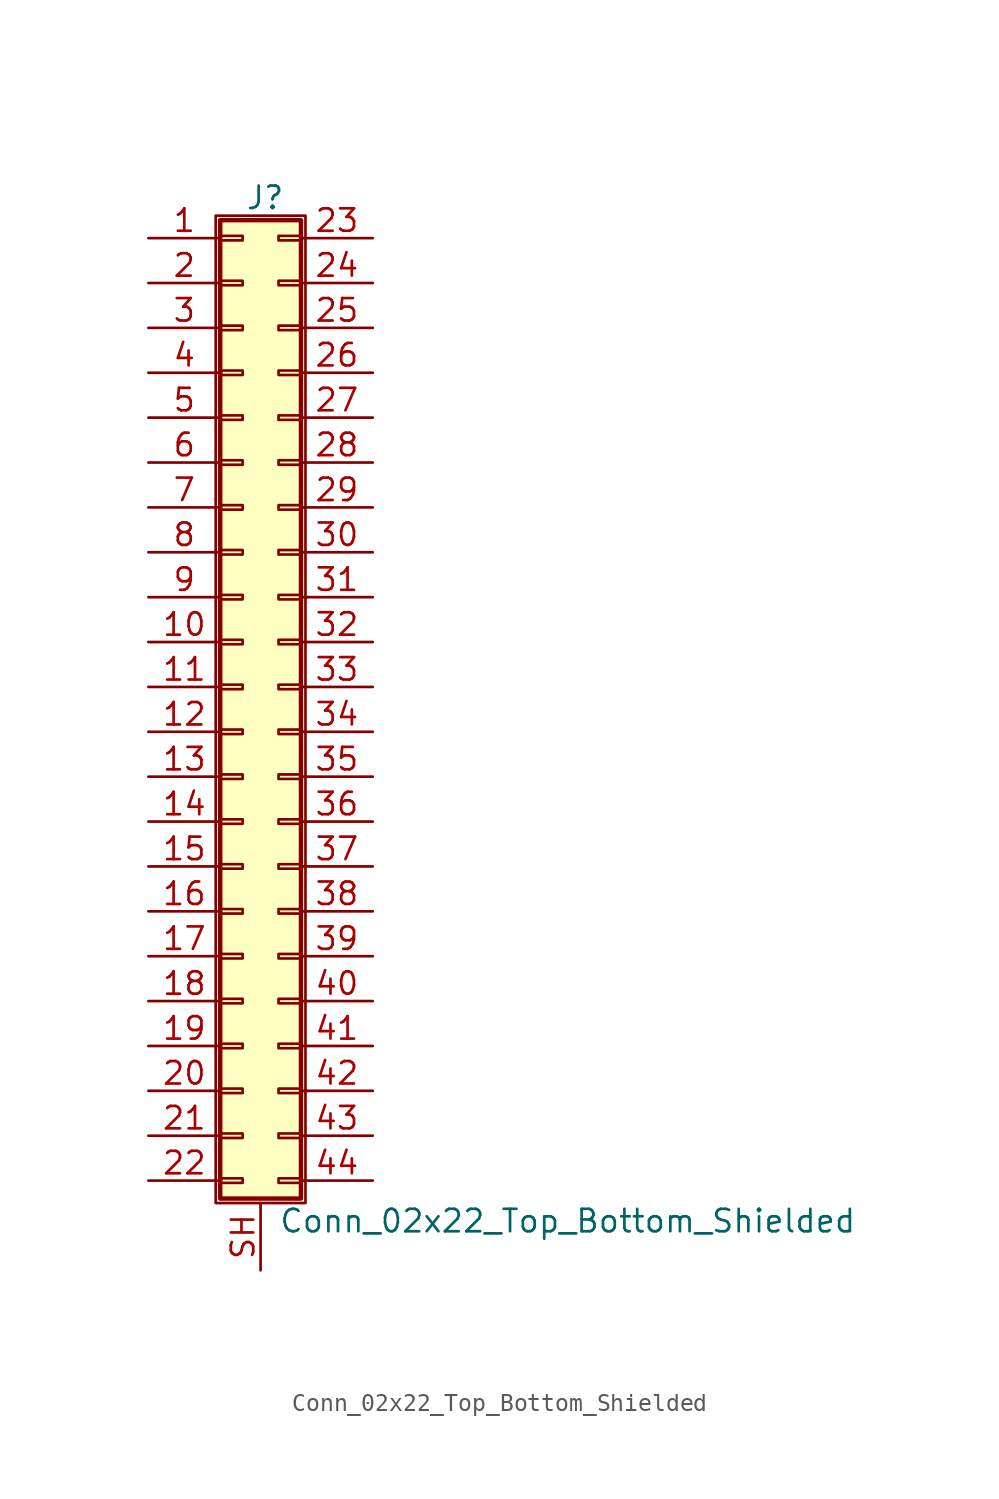
<source format=kicad_sym>
(kicad_symbol_lib
  (version 20201005)
  (generator kicad_symbol_editor)
  (symbol "Connector_Generic_Shielded:Conn_02x22_Top_Bottom_Shielded"
    (pin_names
      (offset 1.016) hide)
    (property "Reference" "J"
      (at 1.524 27.686 0)
      (effects (font (size 1.27 1.27))))
    (property "Value" "Conn_02x22_Top_Bottom_Shielded"
      (at 2.286 -30.226 0)
      (effects (font (size 1.27 1.27)) (justify left)))
    (symbol "Conn_02x22_Top_Bottom_Shielded_1_1"
      (rectangle (start -1.016 -27.813) (end 0.254 -28.067) (stroke (width 0.152)) (fill (type none)))
      (rectangle (start -1.016 -4.953) (end 0.254 -5.207) (stroke (width 0.152)) (fill (type none)))
      (rectangle (start -1.016 -7.493) (end 0.254 -7.747) (stroke (width 0.152)) (fill (type none)))
      (rectangle (start -1.016 -10.033) (end 0.254 -10.287) (stroke (width 0.152)) (fill (type none)))
      (rectangle (start -1.016 -12.573) (end 0.254 -12.827) (stroke (width 0.152)) (fill (type none)))
      (rectangle (start -1.016 -15.113) (end 0.254 -15.367) (stroke (width 0.152)) (fill (type none)))
      (rectangle (start -1.016 -17.653) (end 0.254 -17.907) (stroke (width 0.152)) (fill (type none)))
      (rectangle (start -1.016 -20.193) (end 0.254 -20.447) (stroke (width 0.152)) (fill (type none)))
      (rectangle (start -1.016 -22.733) (end 0.254 -22.987) (stroke (width 0.152)) (fill (type none)))
      (rectangle (start -1.016 -2.413) (end 0.254 -2.667) (stroke (width 0.152)) (fill (type none)))
      (rectangle (start -1.016 -25.273) (end 0.254 -25.527) (stroke (width 0.152)) (fill (type none)))
      (rectangle (start -1.016 25.527) (end 0.254 25.273) (stroke (width 0.152)) (fill (type none)))
      (rectangle (start -1.016 26.416) (end 3.556 -28.956) (stroke (width 0.254)) (fill (type background)))
      (rectangle (start -1.016 2.667) (end 0.254 2.413) (stroke (width 0.152)) (fill (type none)))
      (rectangle (start -1.016 5.207) (end 0.254 4.953) (stroke (width 0.152)) (fill (type none)))
      (rectangle (start -1.016 7.747) (end 0.254 7.493) (stroke (width 0.152)) (fill (type none)))
      (rectangle (start -1.016 10.287) (end 0.254 10.033) (stroke (width 0.152)) (fill (type none)))
      (rectangle (start -1.016 0.127) (end 0.254 -0.127) (stroke (width 0.152)) (fill (type none)))
      (rectangle (start -1.016 12.827) (end 0.254 12.573) (stroke (width 0.152)) (fill (type none)))
      (rectangle (start -1.016 15.367) (end 0.254 15.113) (stroke (width 0.152)) (fill (type none)))
      (rectangle (start -1.016 17.907) (end 0.254 17.653) (stroke (width 0.152)) (fill (type none)))
      (rectangle (start -1.016 20.447) (end 0.254 20.193) (stroke (width 0.152)) (fill (type none)))
      (rectangle (start -1.016 22.987) (end 0.254 22.733) (stroke (width 0.152)) (fill (type none)))
      (rectangle (start -1.27 26.67) (end 3.81 -29.21) (stroke (width 0.152)) (fill (type none)))
      (rectangle (start 3.556 -27.813) (end 2.286 -28.067) (stroke (width 0.152)) (fill (type none)))
      (rectangle (start 3.556 -4.953) (end 2.286 -5.207) (stroke (width 0.152)) (fill (type none)))
      (rectangle (start 3.556 -7.493) (end 2.286 -7.747) (stroke (width 0.152)) (fill (type none)))
      (rectangle (start 3.556 -10.033) (end 2.286 -10.287) (stroke (width 0.152)) (fill (type none)))
      (rectangle (start 3.556 -12.573) (end 2.286 -12.827) (stroke (width 0.152)) (fill (type none)))
      (rectangle (start 3.556 -15.113) (end 2.286 -15.367) (stroke (width 0.152)) (fill (type none)))
      (rectangle (start 3.556 -17.653) (end 2.286 -17.907) (stroke (width 0.152)) (fill (type none)))
      (rectangle (start 3.556 -20.193) (end 2.286 -20.447) (stroke (width 0.152)) (fill (type none)))
      (rectangle (start 3.556 -22.733) (end 2.286 -22.987) (stroke (width 0.152)) (fill (type none)))
      (rectangle (start 3.556 -2.413) (end 2.286 -2.667) (stroke (width 0.152)) (fill (type none)))
      (rectangle (start 3.556 -25.273) (end 2.286 -25.527) (stroke (width 0.152)) (fill (type none)))
      (rectangle (start 3.556 25.527) (end 2.286 25.273) (stroke (width 0.152)) (fill (type none)))
      (rectangle (start 3.556 2.667) (end 2.286 2.413) (stroke (width 0.152)) (fill (type none)))
      (rectangle (start 3.556 5.207) (end 2.286 4.953) (stroke (width 0.152)) (fill (type none)))
      (rectangle (start 3.556 7.747) (end 2.286 7.493) (stroke (width 0.152)) (fill (type none)))
      (rectangle (start 3.556 10.287) (end 2.286 10.033) (stroke (width 0.152)) (fill (type none)))
      (rectangle (start 3.556 0.127) (end 2.286 -0.127) (stroke (width 0.152)) (fill (type none)))
      (rectangle (start 3.556 12.827) (end 2.286 12.573) (stroke (width 0.152)) (fill (type none)))
      (rectangle (start 3.556 15.367) (end 2.286 15.113) (stroke (width 0.152)) (fill (type none)))
      (rectangle (start 3.556 17.907) (end 2.286 17.653) (stroke (width 0.152)) (fill (type none)))
      (rectangle (start 3.556 20.447) (end 2.286 20.193) (stroke (width 0.152)) (fill (type none)))
      (rectangle (start 3.556 22.987) (end 2.286 22.733) (stroke (width 0.152)) (fill (type none)))
      (pin passive line (at -5.08 25.4 0) (length 4.064) (name "Pin_1" (effects (font (size 1.27 1.27)))) (number "1" (effects (font (size 1.27 1.27)))))
      (pin passive line (at -5.08 2.54 0) (length 4.064) (name "Pin_10" (effects (font (size 1.27 1.27)))) (number "10" (effects (font (size 1.27 1.27)))))
      (pin passive line (at -5.08 0 0) (length 4.064) (name "Pin_11" (effects (font (size 1.27 1.27)))) (number "11" (effects (font (size 1.27 1.27)))))
      (pin passive line (at -5.08 -2.54 0) (length 4.064) (name "Pin_12" (effects (font (size 1.27 1.27)))) (number "12" (effects (font (size 1.27 1.27)))))
      (pin passive line (at -5.08 -5.08 0) (length 4.064) (name "Pin_13" (effects (font (size 1.27 1.27)))) (number "13" (effects (font (size 1.27 1.27)))))
      (pin passive line (at -5.08 -7.62 0) (length 4.064) (name "Pin_14" (effects (font (size 1.27 1.27)))) (number "14" (effects (font (size 1.27 1.27)))))
      (pin passive line (at -5.08 -10.16 0) (length 4.064) (name "Pin_15" (effects (font (size 1.27 1.27)))) (number "15" (effects (font (size 1.27 1.27)))))
      (pin passive line (at -5.08 -12.7 0) (length 4.064) (name "Pin_16" (effects (font (size 1.27 1.27)))) (number "16" (effects (font (size 1.27 1.27)))))
      (pin passive line (at -5.08 -15.24 0) (length 4.064) (name "Pin_17" (effects (font (size 1.27 1.27)))) (number "17" (effects (font (size 1.27 1.27)))))
      (pin passive line (at -5.08 -17.78 0) (length 4.064) (name "Pin_18" (effects (font (size 1.27 1.27)))) (number "18" (effects (font (size 1.27 1.27)))))
      (pin passive line (at -5.08 -20.32 0) (length 4.064) (name "Pin_19" (effects (font (size 1.27 1.27)))) (number "19" (effects (font (size 1.27 1.27)))))
      (pin passive line (at -5.08 22.86 0) (length 4.064) (name "Pin_2" (effects (font (size 1.27 1.27)))) (number "2" (effects (font (size 1.27 1.27)))))
      (pin passive line (at -5.08 -22.86 0) (length 4.064) (name "Pin_20" (effects (font (size 1.27 1.27)))) (number "20" (effects (font (size 1.27 1.27)))))
      (pin passive line (at -5.08 -25.4 0) (length 4.064) (name "Pin_21" (effects (font (size 1.27 1.27)))) (number "21" (effects (font (size 1.27 1.27)))))
      (pin passive line (at -5.08 -27.94 0) (length 4.064) (name "Pin_22" (effects (font (size 1.27 1.27)))) (number "22" (effects (font (size 1.27 1.27)))))
      (pin passive line (at 7.62 25.4 180) (length 4.064) (name "Pin_23" (effects (font (size 1.27 1.27)))) (number "23" (effects (font (size 1.27 1.27)))))
      (pin passive line (at 7.62 22.86 180) (length 4.064) (name "Pin_24" (effects (font (size 1.27 1.27)))) (number "24" (effects (font (size 1.27 1.27)))))
      (pin passive line (at 7.62 20.32 180) (length 4.064) (name "Pin_25" (effects (font (size 1.27 1.27)))) (number "25" (effects (font (size 1.27 1.27)))))
      (pin passive line (at 7.62 17.78 180) (length 4.064) (name "Pin_26" (effects (font (size 1.27 1.27)))) (number "26" (effects (font (size 1.27 1.27)))))
      (pin passive line (at 7.62 15.24 180) (length 4.064) (name "Pin_27" (effects (font (size 1.27 1.27)))) (number "27" (effects (font (size 1.27 1.27)))))
      (pin passive line (at 7.62 12.7 180) (length 4.064) (name "Pin_28" (effects (font (size 1.27 1.27)))) (number "28" (effects (font (size 1.27 1.27)))))
      (pin passive line (at 7.62 10.16 180) (length 4.064) (name "Pin_29" (effects (font (size 1.27 1.27)))) (number "29" (effects (font (size 1.27 1.27)))))
      (pin passive line (at -5.08 20.32 0) (length 4.064) (name "Pin_3" (effects (font (size 1.27 1.27)))) (number "3" (effects (font (size 1.27 1.27)))))
      (pin passive line (at 7.62 7.62 180) (length 4.064) (name "Pin_30" (effects (font (size 1.27 1.27)))) (number "30" (effects (font (size 1.27 1.27)))))
      (pin passive line (at 7.62 5.08 180) (length 4.064) (name "Pin_31" (effects (font (size 1.27 1.27)))) (number "31" (effects (font (size 1.27 1.27)))))
      (pin passive line (at 7.62 2.54 180) (length 4.064) (name "Pin_32" (effects (font (size 1.27 1.27)))) (number "32" (effects (font (size 1.27 1.27)))))
      (pin passive line (at 7.62 0 180) (length 4.064) (name "Pin_33" (effects (font (size 1.27 1.27)))) (number "33" (effects (font (size 1.27 1.27)))))
      (pin passive line (at 7.62 -2.54 180) (length 4.064) (name "Pin_34" (effects (font (size 1.27 1.27)))) (number "34" (effects (font (size 1.27 1.27)))))
      (pin passive line (at 7.62 -5.08 180) (length 4.064) (name "Pin_35" (effects (font (size 1.27 1.27)))) (number "35" (effects (font (size 1.27 1.27)))))
      (pin passive line (at 7.62 -7.62 180) (length 4.064) (name "Pin_36" (effects (font (size 1.27 1.27)))) (number "36" (effects (font (size 1.27 1.27)))))
      (pin passive line (at 7.62 -10.16 180) (length 4.064) (name "Pin_37" (effects (font (size 1.27 1.27)))) (number "37" (effects (font (size 1.27 1.27)))))
      (pin passive line (at 7.62 -12.7 180) (length 4.064) (name "Pin_38" (effects (font (size 1.27 1.27)))) (number "38" (effects (font (size 1.27 1.27)))))
      (pin passive line (at 7.62 -15.24 180) (length 4.064) (name "Pin_39" (effects (font (size 1.27 1.27)))) (number "39" (effects (font (size 1.27 1.27)))))
      (pin passive line (at -5.08 17.78 0) (length 4.064) (name "Pin_4" (effects (font (size 1.27 1.27)))) (number "4" (effects (font (size 1.27 1.27)))))
      (pin passive line (at 7.62 -17.78 180) (length 4.064) (name "Pin_40" (effects (font (size 1.27 1.27)))) (number "40" (effects (font (size 1.27 1.27)))))
      (pin passive line (at 7.62 -20.32 180) (length 4.064) (name "Pin_41" (effects (font (size 1.27 1.27)))) (number "41" (effects (font (size 1.27 1.27)))))
      (pin passive line (at 7.62 -22.86 180) (length 4.064) (name "Pin_42" (effects (font (size 1.27 1.27)))) (number "42" (effects (font (size 1.27 1.27)))))
      (pin passive line (at 7.62 -25.4 180) (length 4.064) (name "Pin_43" (effects (font (size 1.27 1.27)))) (number "43" (effects (font (size 1.27 1.27)))))
      (pin passive line (at 7.62 -27.94 180) (length 4.064) (name "Pin_44" (effects (font (size 1.27 1.27)))) (number "44" (effects (font (size 1.27 1.27)))))
      (pin passive line (at -5.08 15.24 0) (length 4.064) (name "Pin_5" (effects (font (size 1.27 1.27)))) (number "5" (effects (font (size 1.27 1.27)))))
      (pin passive line (at -5.08 12.7 0) (length 4.064) (name "Pin_6" (effects (font (size 1.27 1.27)))) (number "6" (effects (font (size 1.27 1.27)))))
      (pin passive line (at -5.08 10.16 0) (length 4.064) (name "Pin_7" (effects (font (size 1.27 1.27)))) (number "7" (effects (font (size 1.27 1.27)))))
      (pin passive line (at -5.08 7.62 0) (length 4.064) (name "Pin_8" (effects (font (size 1.27 1.27)))) (number "8" (effects (font (size 1.27 1.27)))))
      (pin passive line (at -5.08 5.08 0) (length 4.064) (name "Pin_9" (effects (font (size 1.27 1.27)))) (number "9" (effects (font (size 1.27 1.27)))))
      (pin passive line (at 1.27 -33.02 90) (length 3.81) (name "Shield" (effects (font (size 1.27 1.27)))) (number "SH" (effects (font (size 1.27 1.27))))))))
</source>
